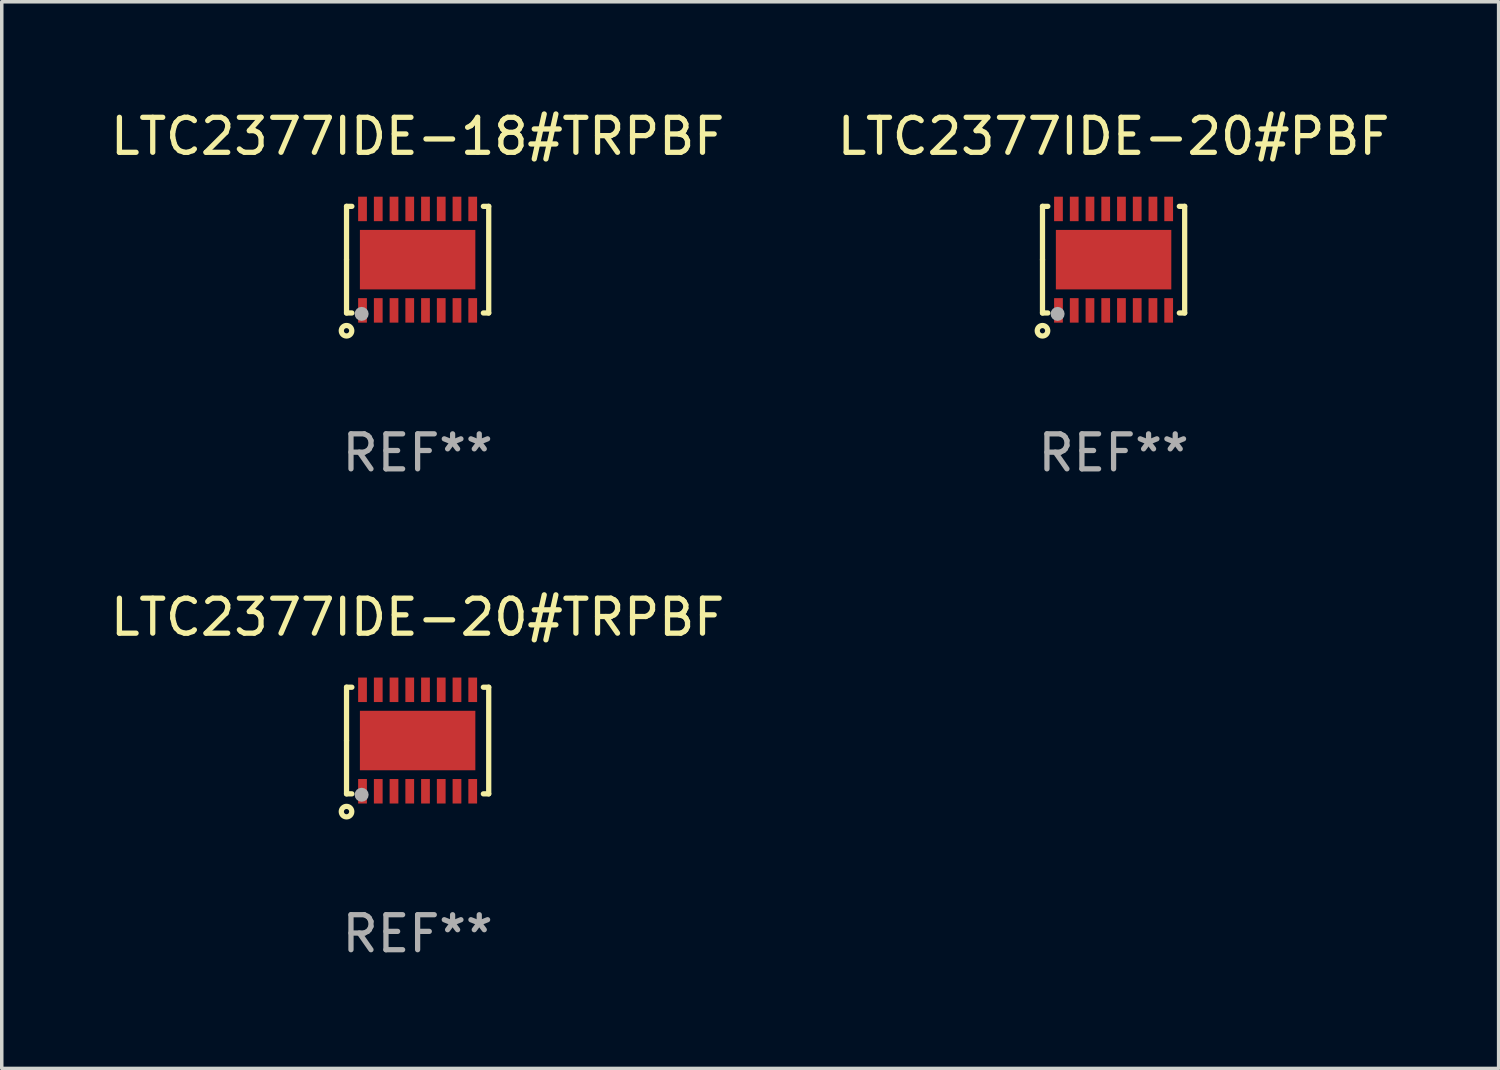
<source format=kicad_pcb>
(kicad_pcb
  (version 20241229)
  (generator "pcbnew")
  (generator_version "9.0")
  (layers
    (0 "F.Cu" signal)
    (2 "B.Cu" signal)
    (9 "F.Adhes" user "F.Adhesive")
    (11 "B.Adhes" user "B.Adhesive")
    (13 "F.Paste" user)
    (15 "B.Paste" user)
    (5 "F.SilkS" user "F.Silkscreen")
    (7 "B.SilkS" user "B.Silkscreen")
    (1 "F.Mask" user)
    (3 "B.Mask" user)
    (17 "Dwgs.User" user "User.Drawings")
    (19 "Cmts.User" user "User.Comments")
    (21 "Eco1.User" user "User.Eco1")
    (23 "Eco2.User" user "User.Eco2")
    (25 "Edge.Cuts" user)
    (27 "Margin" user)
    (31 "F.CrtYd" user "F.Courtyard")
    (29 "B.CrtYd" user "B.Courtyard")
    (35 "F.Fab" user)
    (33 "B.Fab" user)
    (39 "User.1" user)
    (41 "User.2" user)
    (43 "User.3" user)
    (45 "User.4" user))
  (footprint "LTC2377IDE-20#TRPBF"
    (layer "F.Cu")
    (at 8.887 18.117)
    (property "Reference" "LTC2377IDE-20#TRPBF" (at 0 -3.524 0) (layer "F.SilkS") (effects (font (size 1 1) (thickness 0.15))))
    (attr through_hole)
    (fp_line (start -2.032 -1.524) (end -1.879 -1.524) (stroke (width 0.15) (type solid)) (layer "F.SilkS"))
    (fp_line (start -2.032 0) (end -2.032 -1.524) (stroke (width 0.15) (type solid)) (layer "F.SilkS"))
    (fp_line (start -2.032 1.524) (end -2.032 0) (stroke (width 0.15) (type solid)) (layer "F.SilkS"))
    (fp_line (start -1.879 1.524) (end -2.032 1.524) (stroke (width 0.15) (type solid)) (layer "F.SilkS"))
    (fp_line (start 1.879 -1.524) (end 2.032 -1.524) (stroke (width 0.15) (type solid)) (layer "F.SilkS"))
    (fp_line (start 2.032 -1.524) (end 2.032 1.524) (stroke (width 0.15) (type solid)) (layer "F.SilkS"))
    (fp_line (start 2.032 1.524) (end 1.879 1.524) (stroke (width 0.15) (type solid)) (layer "F.SilkS"))
    (fp_circle (center -2.032 2.032) (end -1.882 2.032) (stroke (width 0.15) (type solid)) (fill no) (layer "F.SilkS"))
    (fp_circle (center -2 1.5) (end -1.97 1.5) (stroke (width 0.06) (type solid)) (fill no) (layer "F.SilkS"))
    (fp_circle (center -1.6 1.55) (end -1.5 1.55) (stroke (width 0.2) (type solid)) (fill no) (layer "F.Fab"))
    (fp_text user "REF**" (at 0 5.524 0) (layer "F.Fab") (effects (font (size 1 1) (thickness 0.15))))
    (pad "1" smd rect (at -1.575 1.45 90) (size 0.7 0.25) (layers "F.Cu" "F.Mask" "F.Paste"))
    (pad "2" smd rect (at -1.125 1.45 90) (size 0.7 0.25) (layers "F.Cu" "F.Mask" "F.Paste"))
    (pad "3" smd rect (at -0.675 1.45 90) (size 0.7 0.25) (layers "F.Cu" "F.Mask" "F.Paste"))
    (pad "4" smd rect (at -0.225 1.45 90) (size 0.7 0.25) (layers "F.Cu" "F.Mask" "F.Paste"))
    (pad "5" smd rect (at 0.225 1.45 90) (size 0.7 0.25) (layers "F.Cu" "F.Mask" "F.Paste"))
    (pad "6" smd rect (at 0.675 1.45 90) (size 0.7 0.25) (layers "F.Cu" "F.Mask" "F.Paste"))
    (pad "7" smd rect (at 1.125 1.45 90) (size 0.7 0.25) (layers "F.Cu" "F.Mask" "F.Paste"))
    (pad "8" smd rect (at 1.575 1.45 90) (size 0.7 0.25) (layers "F.Cu" "F.Mask" "F.Paste"))
    (pad "9" smd rect (at 1.575 -1.45 90) (size 0.7 0.25) (layers "F.Cu" "F.Mask" "F.Paste"))
    (pad "10" smd rect (at 1.125 -1.45 90) (size 0.7 0.25) (layers "F.Cu" "F.Mask" "F.Paste"))
    (pad "11" smd rect (at 0.675 -1.45 90) (size 0.7 0.25) (layers "F.Cu" "F.Mask" "F.Paste"))
    (pad "12" smd rect (at 0.225 -1.45 90) (size 0.7 0.25) (layers "F.Cu" "F.Mask" "F.Paste"))
    (pad "13" smd rect (at -0.225 -1.45 90) (size 0.7 0.25) (layers "F.Cu" "F.Mask" "F.Paste"))
    (pad "14" smd rect (at -0.675 -1.45 90) (size 0.7 0.25) (layers "F.Cu" "F.Mask" "F.Paste"))
    (pad "15" smd rect (at -1.125 -1.45 90) (size 0.7 0.25) (layers "F.Cu" "F.Mask" "F.Paste"))
    (pad "16" smd rect (at -1.575 -1.45 90) (size 0.7 0.25) (layers "F.Cu" "F.Mask" "F.Paste"))
    (pad "17" smd rect (at 0.000127 0 90) (size 1.7 3.3) (layers "F.Cu" "F.Mask" "F.Paste")))
  (footprint "LTC2377IDE-18#TRPBF"
    (layer "F.Cu")
    (at 8.887 4.372)
    (property "Reference" "LTC2377IDE-18#TRPBF" (at 0 -3.524 0) (layer "F.SilkS") (effects (font (size 1 1) (thickness 0.15))))
    (attr through_hole)
    (fp_line (start -2.032 -1.524) (end -1.879 -1.524) (stroke (width 0.15) (type solid)) (layer "F.SilkS"))
    (fp_line (start -2.032 0) (end -2.032 -1.524) (stroke (width 0.15) (type solid)) (layer "F.SilkS"))
    (fp_line (start -2.032 1.524) (end -2.032 0) (stroke (width 0.15) (type solid)) (layer "F.SilkS"))
    (fp_line (start -1.879 1.524) (end -2.032 1.524) (stroke (width 0.15) (type solid)) (layer "F.SilkS"))
    (fp_line (start 1.879 -1.524) (end 2.032 -1.524) (stroke (width 0.15) (type solid)) (layer "F.SilkS"))
    (fp_line (start 2.032 -1.524) (end 2.032 1.524) (stroke (width 0.15) (type solid)) (layer "F.SilkS"))
    (fp_line (start 2.032 1.524) (end 1.879 1.524) (stroke (width 0.15) (type solid)) (layer "F.SilkS"))
    (fp_circle (center -2.032 2.032) (end -1.882 2.032) (stroke (width 0.15) (type solid)) (fill no) (layer "F.SilkS"))
    (fp_circle (center -2 1.5) (end -1.97 1.5) (stroke (width 0.06) (type solid)) (fill no) (layer "F.SilkS"))
    (fp_circle (center -1.6 1.55) (end -1.5 1.55) (stroke (width 0.2) (type solid)) (fill no) (layer "F.Fab"))
    (fp_text user "REF**" (at 0 5.524 0) (layer "F.Fab") (effects (font (size 1 1) (thickness 0.15))))
    (pad "1" smd rect (at -1.575 1.45 90) (size 0.7 0.25) (layers "F.Cu" "F.Mask" "F.Paste"))
    (pad "2" smd rect (at -1.125 1.45 90) (size 0.7 0.25) (layers "F.Cu" "F.Mask" "F.Paste"))
    (pad "3" smd rect (at -0.675 1.45 90) (size 0.7 0.25) (layers "F.Cu" "F.Mask" "F.Paste"))
    (pad "4" smd rect (at -0.225 1.45 90) (size 0.7 0.25) (layers "F.Cu" "F.Mask" "F.Paste"))
    (pad "5" smd rect (at 0.225 1.45 90) (size 0.7 0.25) (layers "F.Cu" "F.Mask" "F.Paste"))
    (pad "6" smd rect (at 0.675 1.45 90) (size 0.7 0.25) (layers "F.Cu" "F.Mask" "F.Paste"))
    (pad "7" smd rect (at 1.125 1.45 90) (size 0.7 0.25) (layers "F.Cu" "F.Mask" "F.Paste"))
    (pad "8" smd rect (at 1.575 1.45 90) (size 0.7 0.25) (layers "F.Cu" "F.Mask" "F.Paste"))
    (pad "9" smd rect (at 1.575 -1.45 90) (size 0.7 0.25) (layers "F.Cu" "F.Mask" "F.Paste"))
    (pad "10" smd rect (at 1.125 -1.45 90) (size 0.7 0.25) (layers "F.Cu" "F.Mask" "F.Paste"))
    (pad "11" smd rect (at 0.675 -1.45 90) (size 0.7 0.25) (layers "F.Cu" "F.Mask" "F.Paste"))
    (pad "12" smd rect (at 0.225 -1.45 90) (size 0.7 0.25) (layers "F.Cu" "F.Mask" "F.Paste"))
    (pad "13" smd rect (at -0.225 -1.45 90) (size 0.7 0.25) (layers "F.Cu" "F.Mask" "F.Paste"))
    (pad "14" smd rect (at -0.675 -1.45 90) (size 0.7 0.25) (layers "F.Cu" "F.Mask" "F.Paste"))
    (pad "15" smd rect (at -1.125 -1.45 90) (size 0.7 0.25) (layers "F.Cu" "F.Mask" "F.Paste"))
    (pad "16" smd rect (at -1.575 -1.45 90) (size 0.7 0.25) (layers "F.Cu" "F.Mask" "F.Paste"))
    (pad "17" smd rect (at 0.000127 0 90) (size 1.7 3.3) (layers "F.Cu" "F.Mask" "F.Paste")))
  (footprint "LTC2377IDE-20#PBF"
    (layer "F.Cu")
    (at 28.78 4.372)
    (property "Reference" "LTC2377IDE-20#PBF" (at 0 -3.524 0) (layer "F.SilkS") (effects (font (size 1 1) (thickness 0.15))))
    (attr through_hole)
    (fp_line (start -2.032 -1.524) (end -1.879 -1.524) (stroke (width 0.15) (type solid)) (layer "F.SilkS"))
    (fp_line (start -2.032 0) (end -2.032 -1.524) (stroke (width 0.15) (type solid)) (layer "F.SilkS"))
    (fp_line (start -2.032 1.524) (end -2.032 0) (stroke (width 0.15) (type solid)) (layer "F.SilkS"))
    (fp_line (start -1.879 1.524) (end -2.032 1.524) (stroke (width 0.15) (type solid)) (layer "F.SilkS"))
    (fp_line (start 1.879 -1.524) (end 2.032 -1.524) (stroke (width 0.15) (type solid)) (layer "F.SilkS"))
    (fp_line (start 2.032 -1.524) (end 2.032 1.524) (stroke (width 0.15) (type solid)) (layer "F.SilkS"))
    (fp_line (start 2.032 1.524) (end 1.879 1.524) (stroke (width 0.15) (type solid)) (layer "F.SilkS"))
    (fp_circle (center -2.032 2.032) (end -1.882 2.032) (stroke (width 0.15) (type solid)) (fill no) (layer "F.SilkS"))
    (fp_circle (center -2 1.5) (end -1.97 1.5) (stroke (width 0.06) (type solid)) (fill no) (layer "F.SilkS"))
    (fp_circle (center -1.6 1.55) (end -1.5 1.55) (stroke (width 0.2) (type solid)) (fill no) (layer "F.Fab"))
    (fp_text user "REF**" (at 0 5.524 0) (layer "F.Fab") (effects (font (size 1 1) (thickness 0.15))))
    (pad "1" smd rect (at -1.575 1.45 90) (size 0.7 0.25) (layers "F.Cu" "F.Mask" "F.Paste"))
    (pad "2" smd rect (at -1.125 1.45 90) (size 0.7 0.25) (layers "F.Cu" "F.Mask" "F.Paste"))
    (pad "3" smd rect (at -0.675 1.45 90) (size 0.7 0.25) (layers "F.Cu" "F.Mask" "F.Paste"))
    (pad "4" smd rect (at -0.225 1.45 90) (size 0.7 0.25) (layers "F.Cu" "F.Mask" "F.Paste"))
    (pad "5" smd rect (at 0.225 1.45 90) (size 0.7 0.25) (layers "F.Cu" "F.Mask" "F.Paste"))
    (pad "6" smd rect (at 0.675 1.45 90) (size 0.7 0.25) (layers "F.Cu" "F.Mask" "F.Paste"))
    (pad "7" smd rect (at 1.125 1.45 90) (size 0.7 0.25) (layers "F.Cu" "F.Mask" "F.Paste"))
    (pad "8" smd rect (at 1.575 1.45 90) (size 0.7 0.25) (layers "F.Cu" "F.Mask" "F.Paste"))
    (pad "9" smd rect (at 1.575 -1.45 90) (size 0.7 0.25) (layers "F.Cu" "F.Mask" "F.Paste"))
    (pad "10" smd rect (at 1.125 -1.45 90) (size 0.7 0.25) (layers "F.Cu" "F.Mask" "F.Paste"))
    (pad "11" smd rect (at 0.675 -1.45 90) (size 0.7 0.25) (layers "F.Cu" "F.Mask" "F.Paste"))
    (pad "12" smd rect (at 0.225 -1.45 90) (size 0.7 0.25) (layers "F.Cu" "F.Mask" "F.Paste"))
    (pad "13" smd rect (at -0.225 -1.45 90) (size 0.7 0.25) (layers "F.Cu" "F.Mask" "F.Paste"))
    (pad "14" smd rect (at -0.675 -1.45 90) (size 0.7 0.25) (layers "F.Cu" "F.Mask" "F.Paste"))
    (pad "15" smd rect (at -1.125 -1.45 90) (size 0.7 0.25) (layers "F.Cu" "F.Mask" "F.Paste"))
    (pad "16" smd rect (at -1.575 -1.45 90) (size 0.7 0.25) (layers "F.Cu" "F.Mask" "F.Paste"))
    (pad "17" smd rect (at 0.000127 0 90) (size 1.7 3.3) (layers "F.Cu" "F.Mask" "F.Paste")))
  (gr_rect
    (start -3 -3)
    (end 39.786 27.489)
    (stroke (width 0.1) (type default))
    (fill no)
    (layer "Edge.Cuts")))
</source>
